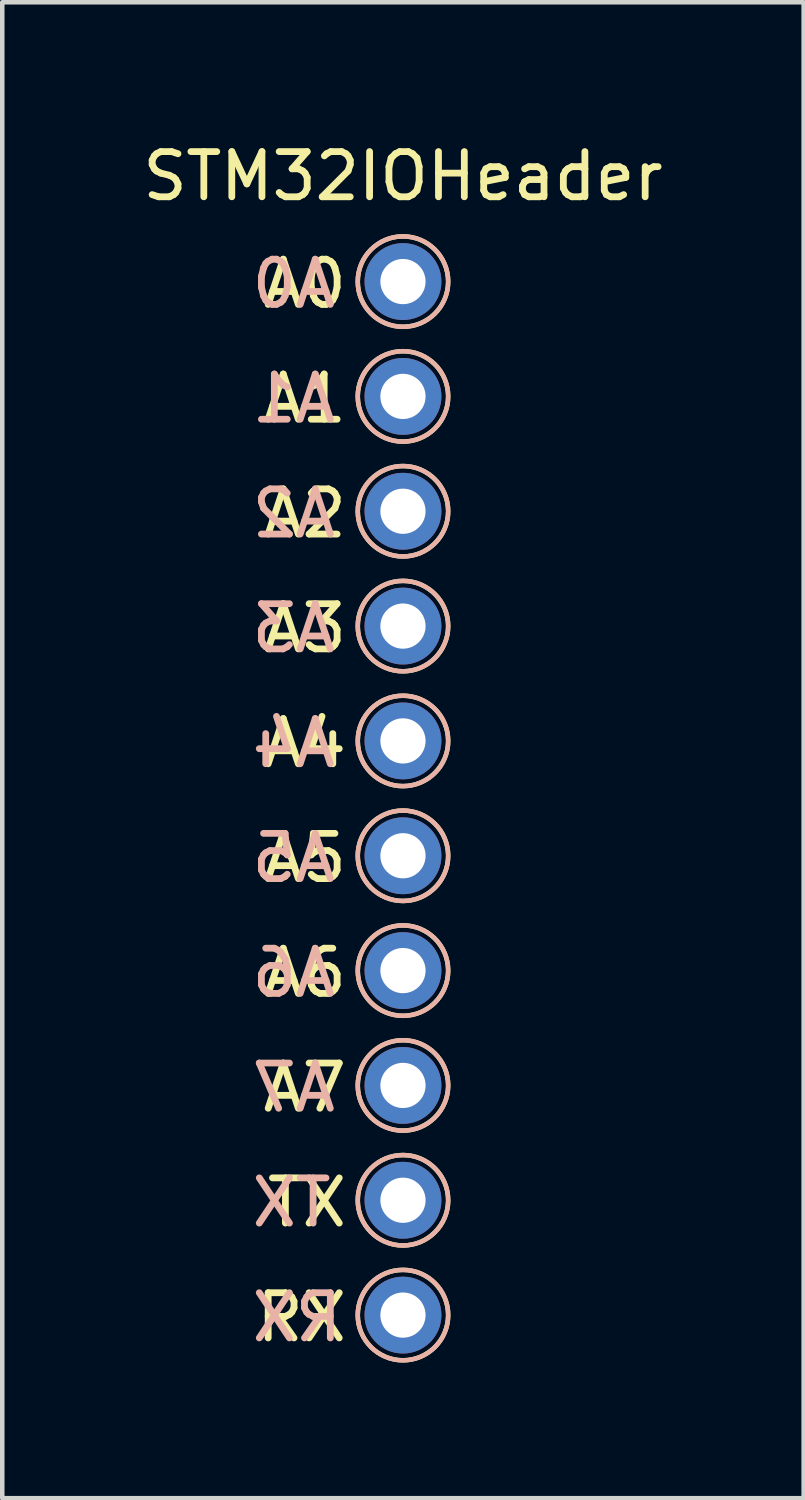
<source format=kicad_pcb>
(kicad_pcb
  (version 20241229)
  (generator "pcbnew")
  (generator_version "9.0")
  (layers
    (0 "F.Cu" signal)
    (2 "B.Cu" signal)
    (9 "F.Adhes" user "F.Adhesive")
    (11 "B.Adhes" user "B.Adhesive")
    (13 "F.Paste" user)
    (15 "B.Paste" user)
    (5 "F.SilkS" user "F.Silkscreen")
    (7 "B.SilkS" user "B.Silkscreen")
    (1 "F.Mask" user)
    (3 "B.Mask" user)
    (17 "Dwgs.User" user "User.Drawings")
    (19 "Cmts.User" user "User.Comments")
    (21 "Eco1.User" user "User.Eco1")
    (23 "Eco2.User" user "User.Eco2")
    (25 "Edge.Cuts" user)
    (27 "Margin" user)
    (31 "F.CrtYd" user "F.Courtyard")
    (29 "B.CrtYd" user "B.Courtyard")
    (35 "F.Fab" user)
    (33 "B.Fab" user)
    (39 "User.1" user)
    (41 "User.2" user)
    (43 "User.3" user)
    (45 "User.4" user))
  (footprint "STM32IOHeader"
    (layer "F.Cu")
    (at 5.863 3.178)
    (property "Reference" "STM32IOHeader" (at 0 -2.33 0) (layer "F.SilkS") (effects (font (size 1 1) (thickness 0.15))))
    (attr through_hole)
    (fp_circle (center 0 0) (end 1 0) (stroke (width 0.1) (type default)) (fill no) (layer "F.SilkS"))
    (fp_circle (center 0 2.54) (end 1 2.54) (stroke (width 0.1) (type default)) (fill no) (layer "F.SilkS"))
    (fp_circle (center 0 5.08) (end 1 5.08) (stroke (width 0.1) (type default)) (fill no) (layer "F.SilkS"))
    (fp_circle (center 0 7.62) (end 1 7.62) (stroke (width 0.1) (type default)) (fill no) (layer "F.SilkS"))
    (fp_circle (center 0 10.16) (end 1 10.16) (stroke (width 0.1) (type default)) (fill no) (layer "F.SilkS"))
    (fp_circle (center 0 12.7) (end 1 12.7) (stroke (width 0.1) (type default)) (fill no) (layer "F.SilkS"))
    (fp_circle (center 0 15.24) (end 1 15.24) (stroke (width 0.1) (type default)) (fill no) (layer "F.SilkS"))
    (fp_circle (center 0 17.78) (end 1 17.78) (stroke (width 0.1) (type default)) (fill no) (layer "F.SilkS"))
    (fp_circle (center 0 20.32) (end 1 20.32) (stroke (width 0.1) (type default)) (fill no) (layer "F.SilkS"))
    (fp_circle (center 0 22.86) (end 1 22.86) (stroke (width 0.1) (type default)) (fill no) (layer "F.SilkS"))
    (fp_circle (center 0 0) (end -1 0) (stroke (width 0.1) (type default)) (fill no) (layer "B.SilkS"))
    (fp_circle (center 0 2.54) (end -1 2.54) (stroke (width 0.1) (type default)) (fill no) (layer "B.SilkS"))
    (fp_circle (center 0 5.08) (end -1 5.08) (stroke (width 0.1) (type default)) (fill no) (layer "B.SilkS"))
    (fp_circle (center 0 7.62) (end -1 7.62) (stroke (width 0.1) (type default)) (fill no) (layer "B.SilkS"))
    (fp_circle (center 0 10.16) (end -1 10.16) (stroke (width 0.1) (type default)) (fill no) (layer "B.SilkS"))
    (fp_circle (center 0 12.7) (end -1 12.7) (stroke (width 0.1) (type default)) (fill no) (layer "B.SilkS"))
    (fp_circle (center 0 15.24) (end -1 15.24) (stroke (width 0.1) (type default)) (fill no) (layer "B.SilkS"))
    (fp_circle (center 0 17.78) (end -1 17.78) (stroke (width 0.1) (type default)) (fill no) (layer "B.SilkS"))
    (fp_circle (center 0 20.32) (end -1 20.32) (stroke (width 0.1) (type default)) (fill no) (layer "B.SilkS"))
    (fp_circle (center 0 22.86) (end -1 22.86) (stroke (width 0.1) (type default)) (fill no) (layer "B.SilkS"))
    (fp_text user "A0" (at -3.175 0.635 0) (unlocked yes) (layer "F.SilkS") (effects (font (size 1 1) (thickness 0.15)) (justify left bottom)))
    (fp_text user "RX" (at -3.318 23.495 0) (unlocked yes) (layer "F.SilkS") (effects (font (size 1 1) (thickness 0.15)) (justify left bottom)))
    (fp_text user "A4" (at -3.175 10.795 0) (unlocked yes) (layer "F.SilkS") (effects (font (size 1 1) (thickness 0.15)) (justify left bottom)))
    (fp_text user "A2" (at -3.175 5.715 0) (unlocked yes) (layer "F.SilkS") (effects (font (size 1 1) (thickness 0.15)) (justify left bottom)))
    (fp_text user "A3" (at -3.175 8.255 0) (unlocked yes) (layer "F.SilkS") (effects (font (size 1 1) (thickness 0.15)) (justify left bottom)))
    (fp_text user "A1" (at -3.175 3.175 0) (unlocked yes) (layer "F.SilkS") (effects (font (size 1 1) (thickness 0.15)) (justify left bottom)))
    (fp_text user "A6" (at -3.175 15.875 0) (unlocked yes) (layer "F.SilkS") (effects (font (size 1 1) (thickness 0.15)) (justify left bottom)))
    (fp_text user "A5" (at -3.175 13.335 0) (unlocked yes) (layer "F.SilkS") (effects (font (size 1 1) (thickness 0.15)) (justify left bottom)))
    (fp_text user "A7" (at -3.175 18.415 0) (unlocked yes) (layer "F.SilkS") (effects (font (size 1 1) (thickness 0.15)) (justify left bottom)))
    (fp_text user "TX" (at -3.08 20.955 0) (unlocked yes) (layer "F.SilkS") (effects (font (size 1 1) (thickness 0.15)) (justify left bottom)))
    (fp_text user "A2" (at -1.413 5.715 0) (unlocked yes) (layer "B.SilkS") (effects (font (size 1 1) (thickness 0.15)) (justify left bottom mirror)))
    (fp_text user "A7" (at -1.413 18.415 0) (unlocked yes) (layer "B.SilkS") (effects (font (size 1 1) (thickness 0.15)) (justify left bottom mirror)))
    (fp_text user "TX" (at -1.508 20.955 0) (unlocked yes) (layer "B.SilkS") (effects (font (size 1 1) (thickness 0.15)) (justify left bottom mirror)))
    (fp_text user "A1" (at -1.413 3.175 0) (unlocked yes) (layer "B.SilkS") (effects (font (size 1 1) (thickness 0.15)) (justify left bottom mirror)))
    (fp_text user "A6" (at -1.413 15.875 0) (unlocked yes) (layer "B.SilkS") (effects (font (size 1 1) (thickness 0.15)) (justify left bottom mirror)))
    (fp_text user "A5" (at -1.413 13.335 0) (unlocked yes) (layer "B.SilkS") (effects (font (size 1 1) (thickness 0.15)) (justify left bottom mirror)))
    (fp_text user "RX" (at -1.27 23.495 0) (unlocked yes) (layer "B.SilkS") (effects (font (size 1 1) (thickness 0.15)) (justify left bottom mirror)))
    (fp_text user "A4" (at -1.413 10.795 0) (unlocked yes) (layer "B.SilkS") (effects (font (size 1 1) (thickness 0.15)) (justify left bottom mirror)))
    (fp_text user "A3" (at -1.413 8.255 0) (unlocked yes) (layer "B.SilkS") (effects (font (size 1 1) (thickness 0.15)) (justify left bottom mirror)))
    (fp_text user "A0" (at -1.413 0.635 0) (unlocked yes) (layer "B.SilkS") (effects (font (size 1 1) (thickness 0.15)) (justify left bottom mirror)))
    (pad "1" thru_hole circle (at 0 0) (size 1.7 1.7) (drill 1) (layers "*.Cu" "*.Mask"))
    (pad "2" thru_hole oval (at 0 2.54) (size 1.7 1.7) (drill 1) (layers "*.Cu" "*.Mask"))
    (pad "3" thru_hole oval (at 0 5.08) (size 1.7 1.7) (drill 1) (layers "*.Cu" "*.Mask"))
    (pad "4" thru_hole oval (at 0 7.62) (size 1.7 1.7) (drill 1) (layers "*.Cu" "*.Mask"))
    (pad "5" thru_hole oval (at 0 10.16) (size 1.7 1.7) (drill 1) (layers "*.Cu" "*.Mask"))
    (pad "6" thru_hole oval (at 0 12.7) (size 1.7 1.7) (drill 1) (layers "*.Cu" "*.Mask"))
    (pad "7" thru_hole oval (at 0 15.24) (size 1.7 1.7) (drill 1) (layers "*.Cu" "*.Mask"))
    (pad "8" thru_hole oval (at 0 17.78) (size 1.7 1.7) (drill 1) (layers "*.Cu" "*.Mask"))
    (pad "9" thru_hole oval (at 0 20.32) (size 1.7 1.7) (drill 1) (layers "*.Cu" "*.Mask"))
    (pad "10" thru_hole oval (at 0 22.86) (size 1.7 1.7) (drill 1) (layers "*.Cu" "*.Mask")))
  (gr_rect
    (start -3 -3)
    (end 14.726 30.088)
    (stroke (width 0.1) (type default))
    (fill no)
    (layer "Edge.Cuts")))
</source>
